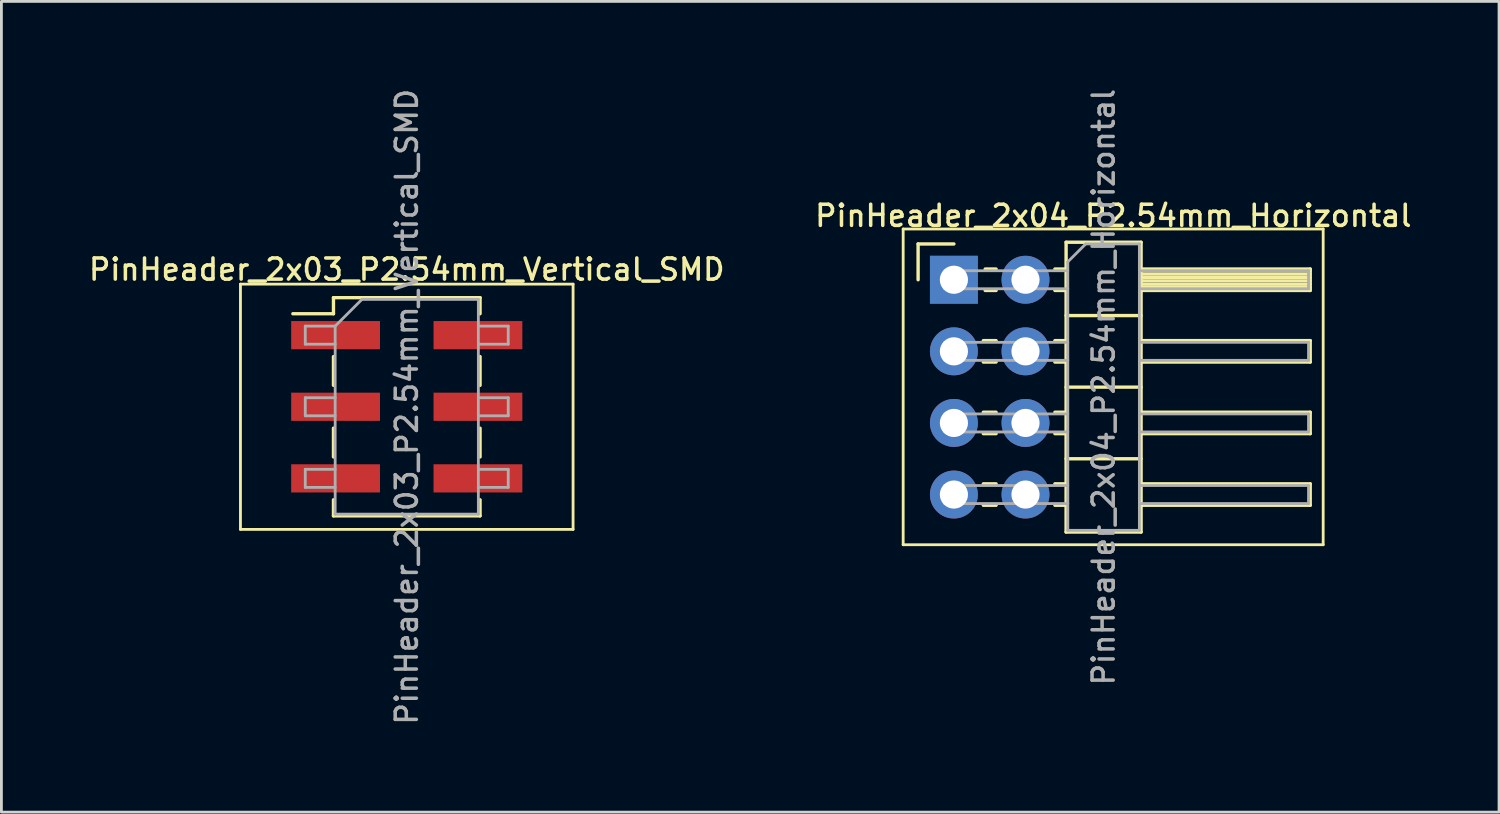
<source format=kicad_pcb>
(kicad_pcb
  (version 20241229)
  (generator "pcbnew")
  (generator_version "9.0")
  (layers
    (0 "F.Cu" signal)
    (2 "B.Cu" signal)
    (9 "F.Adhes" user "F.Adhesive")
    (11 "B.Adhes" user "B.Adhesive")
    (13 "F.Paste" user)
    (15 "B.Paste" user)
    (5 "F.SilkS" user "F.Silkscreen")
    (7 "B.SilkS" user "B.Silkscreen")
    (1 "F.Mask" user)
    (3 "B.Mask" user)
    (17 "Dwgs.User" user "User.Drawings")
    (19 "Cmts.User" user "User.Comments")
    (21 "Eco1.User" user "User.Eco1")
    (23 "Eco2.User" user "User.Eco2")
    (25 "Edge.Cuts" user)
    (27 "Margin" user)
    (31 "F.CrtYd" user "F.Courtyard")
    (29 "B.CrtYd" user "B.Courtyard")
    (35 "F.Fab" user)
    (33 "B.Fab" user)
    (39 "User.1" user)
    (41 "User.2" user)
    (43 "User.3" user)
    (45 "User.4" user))
  (footprint "PinHeader_2x03_P2.54mm_Vertical_SMD"
    (layer "F.Cu")
    (at 11.38 11.38)
    (property "Reference" "PinHeader_2x03_P2.54mm_Vertical_SMD" (at 0 -4.87 0) (layer "F.SilkS") (effects (font (size 0.75 0.75) (thickness 0.125))))
    (attr smd)
    (fp_line (start -5.9 -4.35) (end -5.9 4.35) (stroke (width 0.1) (type solid)) (layer "F.SilkS"))
    (fp_line (start -5.9 4.35) (end 5.9 4.35) (stroke (width 0.1) (type solid)) (layer "F.SilkS"))
    (fp_line (start -4.04 -3.3) (end -2.6 -3.3) (stroke (width 0.12) (type solid)) (layer "F.SilkS"))
    (fp_line (start -2.6 -3.87) (end -2.6 -3.3) (stroke (width 0.12) (type solid)) (layer "F.SilkS"))
    (fp_line (start -2.6 -3.87) (end 2.6 -3.87) (stroke (width 0.12) (type solid)) (layer "F.SilkS"))
    (fp_line (start -2.6 -1.78) (end -2.6 -0.76) (stroke (width 0.12) (type solid)) (layer "F.SilkS"))
    (fp_line (start -2.6 0.76) (end -2.6 1.78) (stroke (width 0.12) (type solid)) (layer "F.SilkS"))
    (fp_line (start -2.6 3.3) (end -2.6 3.87) (stroke (width 0.12) (type solid)) (layer "F.SilkS"))
    (fp_line (start -2.6 3.87) (end 2.6 3.87) (stroke (width 0.12) (type solid)) (layer "F.SilkS"))
    (fp_line (start 2.6 -3.87) (end 2.6 -3.3) (stroke (width 0.12) (type solid)) (layer "F.SilkS"))
    (fp_line (start 2.6 -1.78) (end 2.6 -0.76) (stroke (width 0.12) (type solid)) (layer "F.SilkS"))
    (fp_line (start 2.6 0.76) (end 2.6 1.78) (stroke (width 0.12) (type solid)) (layer "F.SilkS"))
    (fp_line (start 2.6 3.3) (end 2.6 3.87) (stroke (width 0.12) (type solid)) (layer "F.SilkS"))
    (fp_line (start 5.9 -4.35) (end -5.9 -4.35) (stroke (width 0.1) (type solid)) (layer "F.SilkS"))
    (fp_line (start 5.9 4.35) (end 5.9 -4.35) (stroke (width 0.1) (type solid)) (layer "F.SilkS"))
    (fp_line (start -3.6 -2.86) (end -3.6 -2.22) (stroke (width 0.1) (type solid)) (layer "F.Fab"))
    (fp_line (start -3.6 -2.22) (end -2.54 -2.22) (stroke (width 0.1) (type solid)) (layer "F.Fab"))
    (fp_line (start -3.6 -0.32) (end -3.6 0.32) (stroke (width 0.1) (type solid)) (layer "F.Fab"))
    (fp_line (start -3.6 0.32) (end -2.54 0.32) (stroke (width 0.1) (type solid)) (layer "F.Fab"))
    (fp_line (start -3.6 2.22) (end -3.6 2.86) (stroke (width 0.1) (type solid)) (layer "F.Fab"))
    (fp_line (start -3.6 2.86) (end -2.54 2.86) (stroke (width 0.1) (type solid)) (layer "F.Fab"))
    (fp_line (start -2.54 -2.86) (end -3.6 -2.86) (stroke (width 0.1) (type solid)) (layer "F.Fab"))
    (fp_line (start -2.54 -2.86) (end -1.59 -3.81) (stroke (width 0.1) (type solid)) (layer "F.Fab"))
    (fp_line (start -2.54 -0.32) (end -3.6 -0.32) (stroke (width 0.1) (type solid)) (layer "F.Fab"))
    (fp_line (start -2.54 2.22) (end -3.6 2.22) (stroke (width 0.1) (type solid)) (layer "F.Fab"))
    (fp_line (start -2.54 3.81) (end -2.54 -2.86) (stroke (width 0.1) (type solid)) (layer "F.Fab"))
    (fp_line (start -1.59 -3.81) (end 2.54 -3.81) (stroke (width 0.1) (type solid)) (layer "F.Fab"))
    (fp_line (start 2.54 -3.81) (end 2.54 3.81) (stroke (width 0.1) (type solid)) (layer "F.Fab"))
    (fp_line (start 2.54 -2.86) (end 3.6 -2.86) (stroke (width 0.1) (type solid)) (layer "F.Fab"))
    (fp_line (start 2.54 -0.32) (end 3.6 -0.32) (stroke (width 0.1) (type solid)) (layer "F.Fab"))
    (fp_line (start 2.54 2.22) (end 3.6 2.22) (stroke (width 0.1) (type solid)) (layer "F.Fab"))
    (fp_line (start 2.54 3.81) (end -2.54 3.81) (stroke (width 0.1) (type solid)) (layer "F.Fab"))
    (fp_line (start 3.6 -2.86) (end 3.6 -2.22) (stroke (width 0.1) (type solid)) (layer "F.Fab"))
    (fp_line (start 3.6 -2.22) (end 2.54 -2.22) (stroke (width 0.1) (type solid)) (layer "F.Fab"))
    (fp_line (start 3.6 -0.32) (end 3.6 0.32) (stroke (width 0.1) (type solid)) (layer "F.Fab"))
    (fp_line (start 3.6 0.32) (end 2.54 0.32) (stroke (width 0.1) (type solid)) (layer "F.Fab"))
    (fp_line (start 3.6 2.22) (end 3.6 2.86) (stroke (width 0.1) (type solid)) (layer "F.Fab"))
    (fp_line (start 3.6 2.86) (end 2.54 2.86) (stroke (width 0.1) (type solid)) (layer "F.Fab"))
    (fp_text user "${REFERENCE}" (at 0 0 90) (layer "F.Fab") (effects (font (size 0.75 0.75) (thickness 0.125))))
    (pad "1" smd rect (at -2.525 -2.54) (size 3.15 1) (layers "F.Cu" "F.Mask" "F.Paste"))
    (pad "2" smd rect (at 2.525 -2.54) (size 3.15 1) (layers "F.Cu" "F.Mask" "F.Paste"))
    (pad "3" smd rect (at -2.525 0) (size 3.15 1) (layers "F.Cu" "F.Mask" "F.Paste"))
    (pad "4" smd rect (at 2.525 0) (size 3.15 1) (layers "F.Cu" "F.Mask" "F.Paste"))
    (pad "5" smd rect (at -2.525 2.54) (size 3.15 1) (layers "F.Cu" "F.Mask" "F.Paste"))
    (pad "6" smd rect (at 2.525 2.54) (size 3.15 1) (layers "F.Cu" "F.Mask" "F.Paste")))
  (footprint "PinHeader_2x04_P2.54mm_Horizontal"
    (layer "F.Cu")
    (at 30.79 6.874)
    (property "Reference" "PinHeader_2x04_P2.54mm_Horizontal" (at 5.655 -2.27 0) (layer "F.SilkS") (effects (font (size 0.75 0.75) (thickness 0.125))))
    (attr through_hole)
    (fp_line (start -1.8 -1.8) (end -1.8 9.4) (stroke (width 0.1) (type solid)) (layer "F.SilkS"))
    (fp_line (start -1.8 9.4) (end 13.1 9.4) (stroke (width 0.1) (type solid)) (layer "F.SilkS"))
    (fp_line (start -1.27 -1.27) (end 0 -1.27) (stroke (width 0.12) (type solid)) (layer "F.SilkS"))
    (fp_line (start -1.27 0) (end -1.27 -1.27) (stroke (width 0.12) (type solid)) (layer "F.SilkS"))
    (fp_line (start 1.043 2.16) (end 1.497 2.16) (stroke (width 0.12) (type solid)) (layer "F.SilkS"))
    (fp_line (start 1.043 2.92) (end 1.497 2.92) (stroke (width 0.12) (type solid)) (layer "F.SilkS"))
    (fp_line (start 1.043 4.7) (end 1.497 4.7) (stroke (width 0.12) (type solid)) (layer "F.SilkS"))
    (fp_line (start 1.043 5.46) (end 1.497 5.46) (stroke (width 0.12) (type solid)) (layer "F.SilkS"))
    (fp_line (start 1.043 7.24) (end 1.497 7.24) (stroke (width 0.12) (type solid)) (layer "F.SilkS"))
    (fp_line (start 1.043 8) (end 1.497 8) (stroke (width 0.12) (type solid)) (layer "F.SilkS"))
    (fp_line (start 1.11 -0.38) (end 1.497 -0.38) (stroke (width 0.12) (type solid)) (layer "F.SilkS"))
    (fp_line (start 1.11 0.38) (end 1.497 0.38) (stroke (width 0.12) (type solid)) (layer "F.SilkS"))
    (fp_line (start 3.583 -0.38) (end 3.98 -0.38) (stroke (width 0.12) (type solid)) (layer "F.SilkS"))
    (fp_line (start 3.583 0.38) (end 3.98 0.38) (stroke (width 0.12) (type solid)) (layer "F.SilkS"))
    (fp_line (start 3.583 2.16) (end 3.98 2.16) (stroke (width 0.12) (type solid)) (layer "F.SilkS"))
    (fp_line (start 3.583 2.92) (end 3.98 2.92) (stroke (width 0.12) (type solid)) (layer "F.SilkS"))
    (fp_line (start 3.583 4.7) (end 3.98 4.7) (stroke (width 0.12) (type solid)) (layer "F.SilkS"))
    (fp_line (start 3.583 5.46) (end 3.98 5.46) (stroke (width 0.12) (type solid)) (layer "F.SilkS"))
    (fp_line (start 3.583 7.24) (end 3.98 7.24) (stroke (width 0.12) (type solid)) (layer "F.SilkS"))
    (fp_line (start 3.583 8) (end 3.98 8) (stroke (width 0.12) (type solid)) (layer "F.SilkS"))
    (fp_line (start 3.98 -1.33) (end 3.98 8.95) (stroke (width 0.12) (type solid)) (layer "F.SilkS"))
    (fp_line (start 3.98 1.27) (end 6.64 1.27) (stroke (width 0.12) (type solid)) (layer "F.SilkS"))
    (fp_line (start 3.98 3.81) (end 6.64 3.81) (stroke (width 0.12) (type solid)) (layer "F.SilkS"))
    (fp_line (start 3.98 6.35) (end 6.64 6.35) (stroke (width 0.12) (type solid)) (layer "F.SilkS"))
    (fp_line (start 3.98 8.95) (end 6.64 8.95) (stroke (width 0.12) (type solid)) (layer "F.SilkS"))
    (fp_line (start 6.64 -1.33) (end 3.98 -1.33) (stroke (width 0.12) (type solid)) (layer "F.SilkS"))
    (fp_line (start 6.64 -0.38) (end 12.64 -0.38) (stroke (width 0.12) (type solid)) (layer "F.SilkS"))
    (fp_line (start 6.64 -0.32) (end 12.64 -0.32) (stroke (width 0.12) (type solid)) (layer "F.SilkS"))
    (fp_line (start 6.64 -0.2) (end 12.64 -0.2) (stroke (width 0.12) (type solid)) (layer "F.SilkS"))
    (fp_line (start 6.64 -0.08) (end 12.64 -0.08) (stroke (width 0.12) (type solid)) (layer "F.SilkS"))
    (fp_line (start 6.64 0.04) (end 12.64 0.04) (stroke (width 0.12) (type solid)) (layer "F.SilkS"))
    (fp_line (start 6.64 0.16) (end 12.64 0.16) (stroke (width 0.12) (type solid)) (layer "F.SilkS"))
    (fp_line (start 6.64 0.28) (end 12.64 0.28) (stroke (width 0.12) (type solid)) (layer "F.SilkS"))
    (fp_line (start 6.64 2.16) (end 12.64 2.16) (stroke (width 0.12) (type solid)) (layer "F.SilkS"))
    (fp_line (start 6.64 4.7) (end 12.64 4.7) (stroke (width 0.12) (type solid)) (layer "F.SilkS"))
    (fp_line (start 6.64 7.24) (end 12.64 7.24) (stroke (width 0.12) (type solid)) (layer "F.SilkS"))
    (fp_line (start 6.64 8.95) (end 6.64 -1.33) (stroke (width 0.12) (type solid)) (layer "F.SilkS"))
    (fp_line (start 12.64 -0.38) (end 12.64 0.38) (stroke (width 0.12) (type solid)) (layer "F.SilkS"))
    (fp_line (start 12.64 0.38) (end 6.64 0.38) (stroke (width 0.12) (type solid)) (layer "F.SilkS"))
    (fp_line (start 12.64 2.16) (end 12.64 2.92) (stroke (width 0.12) (type solid)) (layer "F.SilkS"))
    (fp_line (start 12.64 2.92) (end 6.64 2.92) (stroke (width 0.12) (type solid)) (layer "F.SilkS"))
    (fp_line (start 12.64 4.7) (end 12.64 5.46) (stroke (width 0.12) (type solid)) (layer "F.SilkS"))
    (fp_line (start 12.64 5.46) (end 6.64 5.46) (stroke (width 0.12) (type solid)) (layer "F.SilkS"))
    (fp_line (start 12.64 7.24) (end 12.64 8) (stroke (width 0.12) (type solid)) (layer "F.SilkS"))
    (fp_line (start 12.64 8) (end 6.64 8) (stroke (width 0.12) (type solid)) (layer "F.SilkS"))
    (fp_line (start 13.1 -1.8) (end -1.8 -1.8) (stroke (width 0.1) (type solid)) (layer "F.SilkS"))
    (fp_line (start 13.1 9.4) (end 13.1 -1.8) (stroke (width 0.1) (type solid)) (layer "F.SilkS"))
    (fp_line (start -0.32 -0.32) (end -0.32 0.32) (stroke (width 0.1) (type solid)) (layer "F.Fab"))
    (fp_line (start -0.32 -0.32) (end 4.04 -0.32) (stroke (width 0.1) (type solid)) (layer "F.Fab"))
    (fp_line (start -0.32 0.32) (end 4.04 0.32) (stroke (width 0.1) (type solid)) (layer "F.Fab"))
    (fp_line (start -0.32 2.22) (end -0.32 2.86) (stroke (width 0.1) (type solid)) (layer "F.Fab"))
    (fp_line (start -0.32 2.22) (end 4.04 2.22) (stroke (width 0.1) (type solid)) (layer "F.Fab"))
    (fp_line (start -0.32 2.86) (end 4.04 2.86) (stroke (width 0.1) (type solid)) (layer "F.Fab"))
    (fp_line (start -0.32 4.76) (end -0.32 5.4) (stroke (width 0.1) (type solid)) (layer "F.Fab"))
    (fp_line (start -0.32 4.76) (end 4.04 4.76) (stroke (width 0.1) (type solid)) (layer "F.Fab"))
    (fp_line (start -0.32 5.4) (end 4.04 5.4) (stroke (width 0.1) (type solid)) (layer "F.Fab"))
    (fp_line (start -0.32 7.3) (end -0.32 7.94) (stroke (width 0.1) (type solid)) (layer "F.Fab"))
    (fp_line (start -0.32 7.3) (end 4.04 7.3) (stroke (width 0.1) (type solid)) (layer "F.Fab"))
    (fp_line (start -0.32 7.94) (end 4.04 7.94) (stroke (width 0.1) (type solid)) (layer "F.Fab"))
    (fp_line (start 4.04 -0.635) (end 4.675 -1.27) (stroke (width 0.1) (type solid)) (layer "F.Fab"))
    (fp_line (start 4.04 8.89) (end 4.04 -0.635) (stroke (width 0.1) (type solid)) (layer "F.Fab"))
    (fp_line (start 4.675 -1.27) (end 6.58 -1.27) (stroke (width 0.1) (type solid)) (layer "F.Fab"))
    (fp_line (start 6.58 -1.27) (end 6.58 8.89) (stroke (width 0.1) (type solid)) (layer "F.Fab"))
    (fp_line (start 6.58 -0.32) (end 12.58 -0.32) (stroke (width 0.1) (type solid)) (layer "F.Fab"))
    (fp_line (start 6.58 0.32) (end 12.58 0.32) (stroke (width 0.1) (type solid)) (layer "F.Fab"))
    (fp_line (start 6.58 2.22) (end 12.58 2.22) (stroke (width 0.1) (type solid)) (layer "F.Fab"))
    (fp_line (start 6.58 2.86) (end 12.58 2.86) (stroke (width 0.1) (type solid)) (layer "F.Fab"))
    (fp_line (start 6.58 4.76) (end 12.58 4.76) (stroke (width 0.1) (type solid)) (layer "F.Fab"))
    (fp_line (start 6.58 5.4) (end 12.58 5.4) (stroke (width 0.1) (type solid)) (layer "F.Fab"))
    (fp_line (start 6.58 7.3) (end 12.58 7.3) (stroke (width 0.1) (type solid)) (layer "F.Fab"))
    (fp_line (start 6.58 7.94) (end 12.58 7.94) (stroke (width 0.1) (type solid)) (layer "F.Fab"))
    (fp_line (start 6.58 8.89) (end 4.04 8.89) (stroke (width 0.1) (type solid)) (layer "F.Fab"))
    (fp_line (start 12.58 -0.32) (end 12.58 0.32) (stroke (width 0.1) (type solid)) (layer "F.Fab"))
    (fp_line (start 12.58 2.22) (end 12.58 2.86) (stroke (width 0.1) (type solid)) (layer "F.Fab"))
    (fp_line (start 12.58 4.76) (end 12.58 5.4) (stroke (width 0.1) (type solid)) (layer "F.Fab"))
    (fp_line (start 12.58 7.3) (end 12.58 7.94) (stroke (width 0.1) (type solid)) (layer "F.Fab"))
    (fp_text user "${REFERENCE}" (at 5.31 3.81 90) (layer "F.Fab") (effects (font (size 0.75 0.75) (thickness 0.125))))
    (pad "1" thru_hole rect (at 0 0) (size 1.7 1.7) (drill 1) (layers "*.Cu" "*.Mask"))
    (pad "2" thru_hole oval (at 2.54 0) (size 1.7 1.7) (drill 1) (layers "*.Cu" "*.Mask"))
    (pad "3" thru_hole oval (at 0 2.54) (size 1.7 1.7) (drill 1) (layers "*.Cu" "*.Mask"))
    (pad "4" thru_hole oval (at 2.54 2.54) (size 1.7 1.7) (drill 1) (layers "*.Cu" "*.Mask"))
    (pad "5" thru_hole oval (at 0 5.08) (size 1.7 1.7) (drill 1) (layers "*.Cu" "*.Mask"))
    (pad "6" thru_hole oval (at 2.54 5.08) (size 1.7 1.7) (drill 1) (layers "*.Cu" "*.Mask"))
    (pad "7" thru_hole oval (at 0 7.62) (size 1.7 1.7) (drill 1) (layers "*.Cu" "*.Mask"))
    (pad "8" thru_hole oval (at 2.54 7.62) (size 1.7 1.7) (drill 1) (layers "*.Cu" "*.Mask")))
  (gr_rect
    (start -3 -3)
    (end 50.129 25.761)
    (stroke (width 0.1) (type default))
    (fill no)
    (layer "Edge.Cuts")))
</source>
